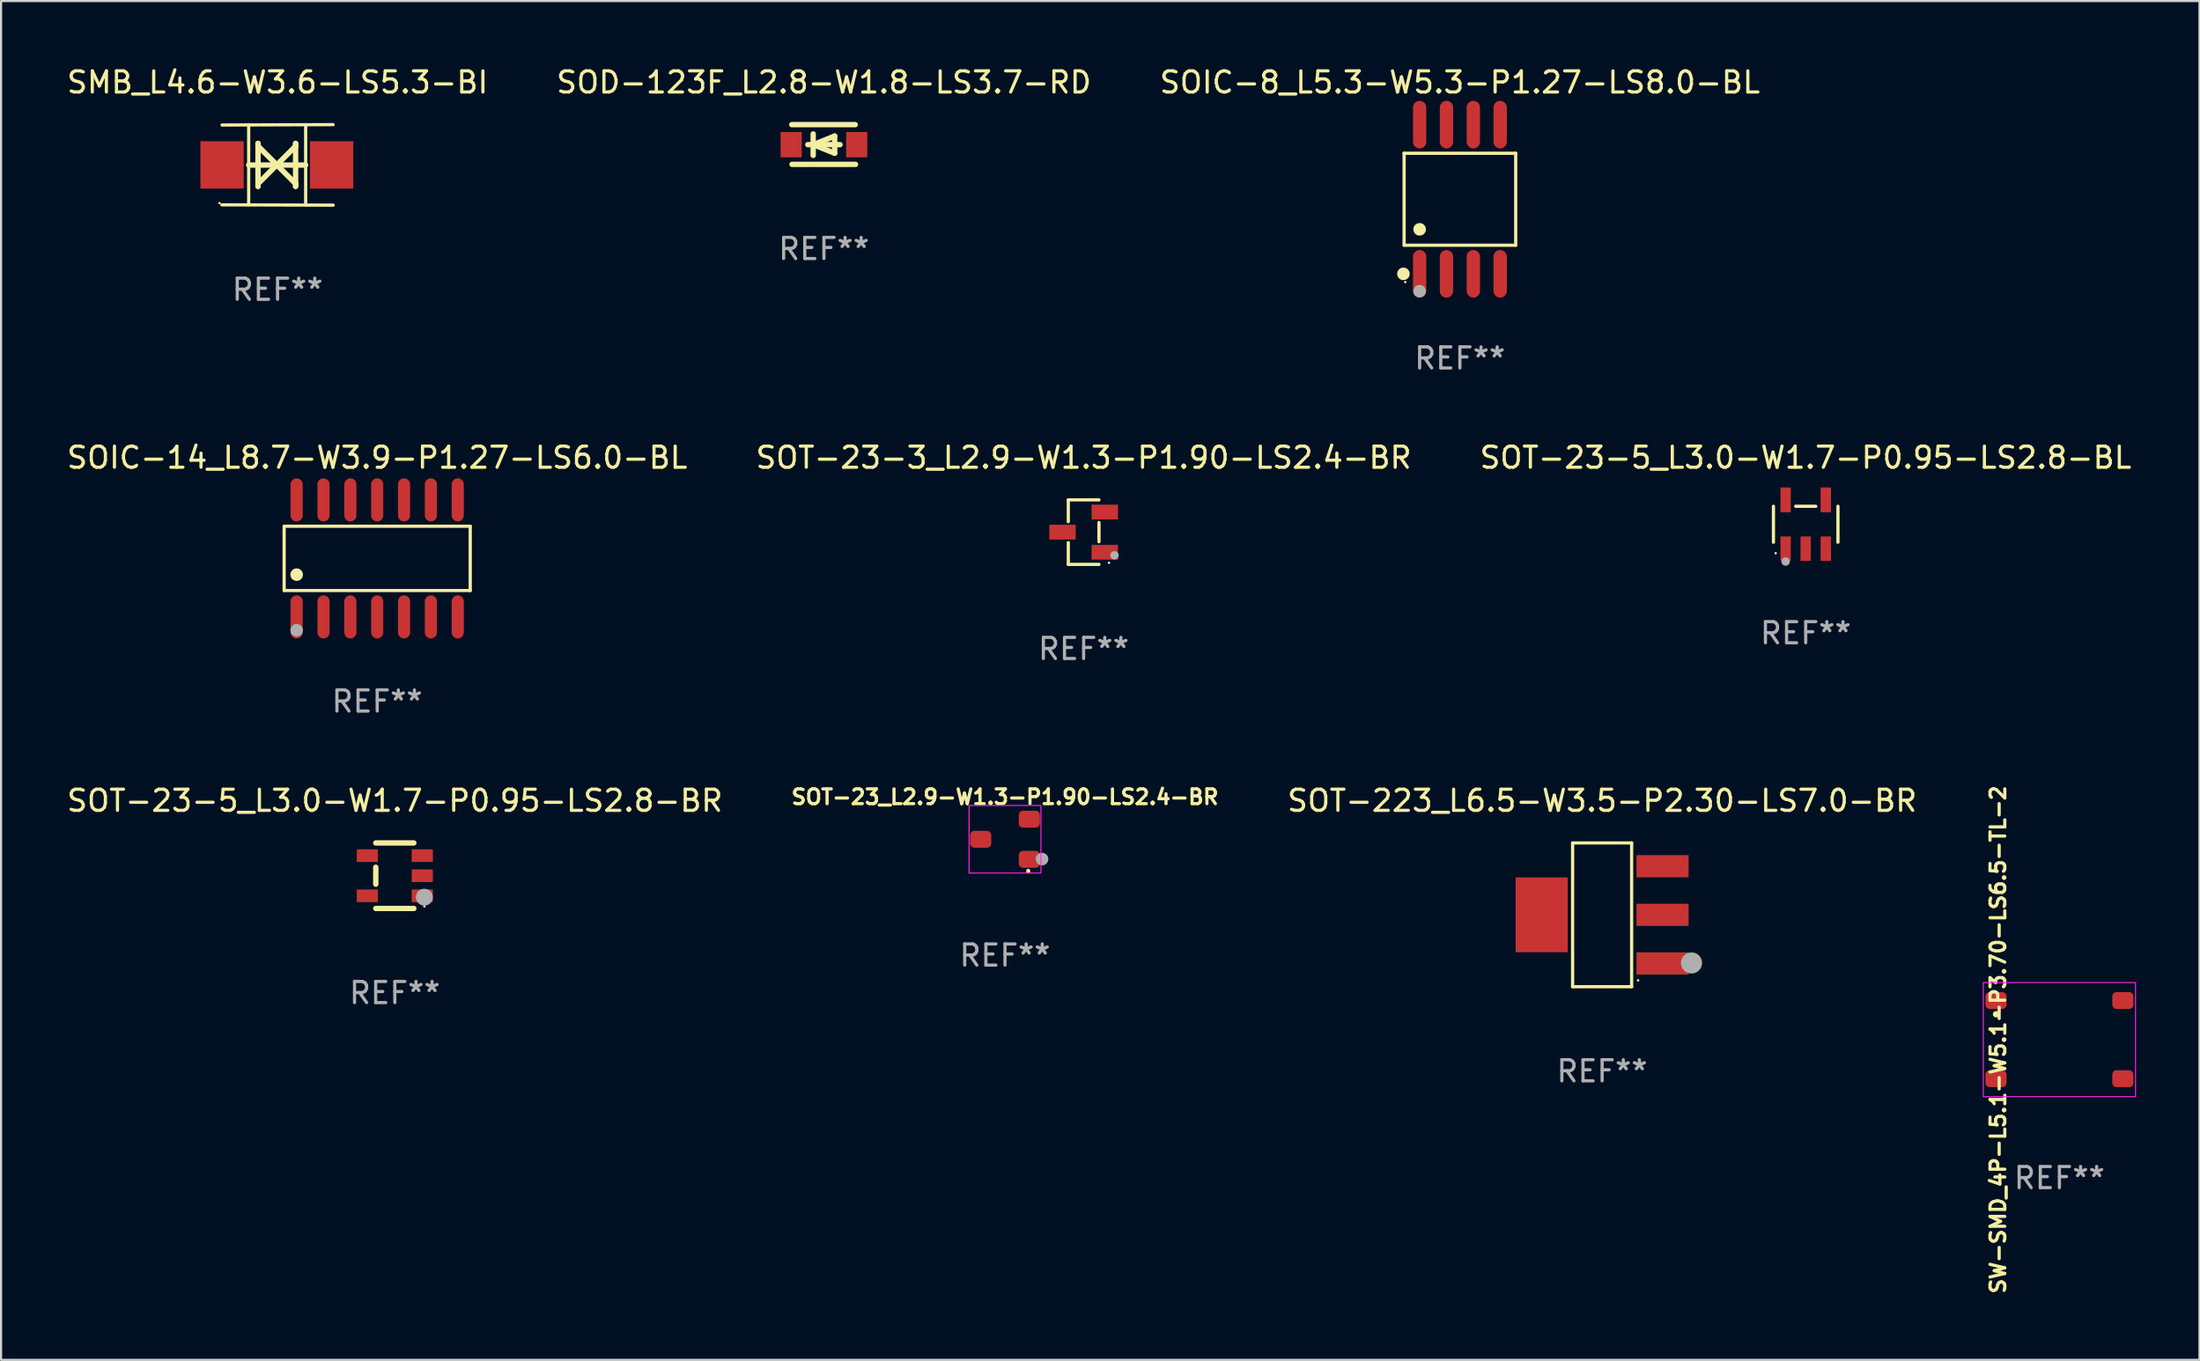
<source format=kicad_pcb>
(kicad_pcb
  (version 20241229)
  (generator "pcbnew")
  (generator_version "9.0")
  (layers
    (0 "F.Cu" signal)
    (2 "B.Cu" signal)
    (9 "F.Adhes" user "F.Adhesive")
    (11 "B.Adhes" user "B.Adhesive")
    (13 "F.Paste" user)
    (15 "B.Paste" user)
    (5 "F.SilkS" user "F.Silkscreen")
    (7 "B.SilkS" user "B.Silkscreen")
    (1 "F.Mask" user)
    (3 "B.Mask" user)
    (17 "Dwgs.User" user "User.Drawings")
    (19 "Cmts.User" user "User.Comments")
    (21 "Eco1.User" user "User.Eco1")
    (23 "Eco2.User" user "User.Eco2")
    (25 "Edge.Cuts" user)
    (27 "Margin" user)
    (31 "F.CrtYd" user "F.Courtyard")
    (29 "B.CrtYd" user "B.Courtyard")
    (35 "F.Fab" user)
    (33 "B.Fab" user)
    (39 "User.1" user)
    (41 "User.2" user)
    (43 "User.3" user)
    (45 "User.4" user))
  (footprint "SOT-223_L6.5-W3.5-P2.30-LS7.0-BR"
    (layer "F.Cu")
    (at 72.733 40.241)
    (property "Reference" "SOT-223_L6.5-W3.5-P2.30-LS7.0-BR" (at 0 -5.401 0) (layer "F.SilkS") (effects (font (size 1 1) (thickness 0.15))))
    (attr through_hole)
    (fp_line (start -1.396 -3.401) (end 1.396 -3.401) (stroke (width 0.152) (type solid)) (layer "F.SilkS"))
    (fp_line (start -1.396 3.401) (end -1.396 -3.401) (stroke (width 0.152) (type solid)) (layer "F.SilkS"))
    (fp_line (start 1.396 -3.401) (end 1.396 3.401) (stroke (width 0.152) (type solid)) (layer "F.SilkS"))
    (fp_line (start 1.396 3.401) (end -1.396 3.401) (stroke (width 0.152) (type solid)) (layer "F.SilkS"))
    (fp_circle (center 1.7 3.1) (end 1.73 3.1) (stroke (width 0.06) (type solid)) (fill no) (layer "F.SilkS"))
    (fp_circle (center 4.229 2.277) (end 4.479 2.277) (stroke (width 0.5) (type solid)) (fill no) (layer "F.Fab"))
    (fp_text user "REF**" (at 0 7.401 0) (layer "F.Fab") (effects (font (size 1 1) (thickness 0.15))))
    (pad "1" smd rect (at 2.858 2.3) (size 2.465 1.05) (layers "F.Cu" "F.Mask" "F.Paste"))
    (pad "2" smd rect (at 2.858 0) (size 2.465 1.05) (layers "F.Cu" "F.Mask" "F.Paste"))
    (pad "3" smd rect (at 2.858 -2.3) (size 2.465 1.05) (layers "F.Cu" "F.Mask" "F.Paste"))
    (pad "4" smd rect (at -2.858 0) (size 2.465 3.54) (layers "F.Cu" "F.Mask" "F.Paste")))
  (footprint "SOD-123F_L2.8-W1.8-LS3.7-RD"
    (layer "F.Cu")
    (at 35.923 3.795)
    (property "Reference" "SOD-123F_L2.8-W1.8-LS3.7-RD" (at 0 -2.947 0) (layer "F.SilkS") (effects (font (size 1 1) (thickness 0.15))))
    (attr through_hole)
    (fp_line (start -1.52 -0.947) (end 1.48 -0.947) (stroke (width 0.254) (type solid)) (layer "F.SilkS"))
    (fp_line (start -1.507 0.933) (end 1.493 0.933) (stroke (width 0.254) (type solid)) (layer "F.SilkS"))
    (fp_line (start -0.762 0) (end 0.762 0) (stroke (width 0.254) (type solid)) (layer "F.SilkS"))
    (fp_line (start -0.508 -0.508) (end -0.508 0.508) (stroke (width 0.254) (type solid)) (layer "F.SilkS"))
    (fp_line (start -0.508 0) (end 0.508 -0.406) (stroke (width 0.254) (type solid)) (layer "F.SilkS"))
    (fp_line (start 0.508 -0.406) (end 0.508 0.406) (stroke (width 0.254) (type solid)) (layer "F.SilkS"))
    (fp_line (start 0.508 0.406) (end -0.508 0) (stroke (width 0.254) (type solid)) (layer "F.SilkS"))
    (fp_text user "REF**" (at 0 4.933 0) (layer "F.Fab") (effects (font (size 1 1) (thickness 0.15))))
    (pad "1" smd rect (at -1.55 0) (size 1 1.2) (layers "F.Cu" "F.Mask" "F.Paste"))
    (pad "2" smd rect (at 1.55 0) (size 1 1.2) (layers "F.Cu" "F.Mask" "F.Paste")))
  (footprint "SOT-23-5_L3.0-W1.7-P0.95-LS2.8-BL"
    (layer "F.Cu")
    (at 82.363 21.759)
    (property "Reference" "SOT-23-5_L3.0-W1.7-P0.95-LS2.8-BL" (at 0 -3.154 0) (layer "F.SilkS") (effects (font (size 1 1) (thickness 0.15))))
    (attr through_hole)
    (fp_line (start -1.526 0.851) (end -1.526 -0.851) (stroke (width 0.152) (type solid)) (layer "F.SilkS"))
    (fp_line (start 0.476 -0.851) (end -0.476 -0.851) (stroke (width 0.152) (type solid)) (layer "F.SilkS"))
    (fp_line (start 1.526 0.851) (end 1.526 -0.851) (stroke (width 0.152) (type solid)) (layer "F.SilkS"))
    (fp_circle (center -1.42 1.37) (end -1.39 1.37) (stroke (width 0.06) (type solid)) (fill no) (layer "F.SilkS"))
    (fp_circle (center -0.95 1.763) (end -0.85 1.763) (stroke (width 0.2) (type solid)) (fill no) (layer "F.Fab"))
    (fp_text user "REF**" (at 0 5.154 0) (layer "F.Fab") (effects (font (size 1 1) (thickness 0.15))))
    (pad "1" smd rect (at -0.95 1.154) (size 0.49 1.157) (layers "F.Cu" "F.Mask" "F.Paste"))
    (pad "2" smd rect (at 0 1.154) (size 0.49 1.157) (layers "F.Cu" "F.Mask" "F.Paste"))
    (pad "3" smd rect (at 0.95 1.154) (size 0.49 1.157) (layers "F.Cu" "F.Mask" "F.Paste"))
    (pad "4" smd rect (at 0.95 -1.154) (size 0.49 1.175) (layers "F.Cu" "F.Mask" "F.Paste"))
    (pad "5" smd rect (at -0.95 -1.154) (size 0.49 1.175) (layers "F.Cu" "F.Mask" "F.Paste")))
  (footprint "SOT-23-3_L2.9-W1.3-P1.90-LS2.4-BR"
    (layer "F.Cu")
    (at 48.208 22.131)
    (property "Reference" "SOT-23-3_L2.9-W1.3-P1.90-LS2.4-BR" (at 0 -3.526 0) (layer "F.SilkS") (effects (font (size 1 1) (thickness 0.15))))
    (attr through_hole)
    (fp_line (start -0.726 -1.526) (end -0.726 -0.495) (stroke (width 0.152) (type solid)) (layer "F.SilkS"))
    (fp_line (start -0.726 1.526) (end -0.726 0.495) (stroke (width 0.152) (type solid)) (layer "F.SilkS"))
    (fp_line (start 0.726 -1.526) (end -0.726 -1.526) (stroke (width 0.152) (type solid)) (layer "F.SilkS"))
    (fp_line (start 0.726 -0.455) (end 0.726 0.455) (stroke (width 0.152) (type solid)) (layer "F.SilkS"))
    (fp_line (start 0.726 1.526) (end -0.726 1.526) (stroke (width 0.152) (type solid)) (layer "F.SilkS"))
    (fp_circle (center 1.2 1.45) (end 1.23 1.45) (stroke (width 0.06) (type solid)) (fill no) (layer "F.SilkS"))
    (fp_circle (center 1.46 1.1) (end 1.56 1.1) (stroke (width 0.2) (type solid)) (fill no) (layer "F.Fab"))
    (fp_text user "REF**" (at 0 5.526 0) (layer "F.Fab") (effects (font (size 1 1) (thickness 0.15))))
    (pad "1" smd rect (at 1 0.95) (size 1.25 0.7) (layers "F.Cu" "F.Mask" "F.Paste"))
    (pad "2" smd rect (at 1 -0.95) (size 1.25 0.7) (layers "F.Cu" "F.Mask" "F.Paste"))
    (pad "3" smd rect (at -1 0) (size 1.25 0.7) (layers "F.Cu" "F.Mask" "F.Paste")))
  (footprint "SOT-23-5_L3.0-W1.7-P0.95-LS2.8-BR"
    (layer "F.Cu")
    (at 15.625 38.39)
    (property "Reference" "SOT-23-5_L3.0-W1.7-P0.95-LS2.8-BR" (at 0 -3.55 0) (layer "F.SilkS") (effects (font (size 1 1) (thickness 0.15))))
    (attr through_hole)
    (fp_line (start -0.9 -1.55) (end 0.9 -1.55) (stroke (width 0.254) (type solid)) (layer "F.SilkS"))
    (fp_line (start -0.9 0.4) (end -0.9 -0.4) (stroke (width 0.254) (type solid)) (layer "F.SilkS"))
    (fp_line (start -0.9 1.55) (end 0.9 1.55) (stroke (width 0.254) (type solid)) (layer "F.SilkS"))
    (fp_circle (center 1.4 1.45) (end 1.43 1.45) (stroke (width 0.06) (type solid)) (fill no) (layer "F.SilkS"))
    (fp_circle (center 1.397 1.016) (end 1.597 1.016) (stroke (width 0.4) (type solid)) (fill no) (layer "F.Fab"))
    (fp_text user "REF**" (at 0 5.55 0) (layer "F.Fab") (effects (font (size 1 1) (thickness 0.15))))
    (pad "1" smd rect (at 1.3 0.95) (size 1 0.6) (layers "F.Cu" "F.Mask" "F.Paste"))
    (pad "2" smd rect (at 1.3 0) (size 1 0.6) (layers "F.Cu" "F.Mask" "F.Paste"))
    (pad "3" smd rect (at 1.3 -0.95) (size 1 0.6) (layers "F.Cu" "F.Mask" "F.Paste"))
    (pad "4" smd rect (at -1.3 -0.95) (size 1 0.6) (layers "F.Cu" "F.Mask" "F.Paste"))
    (pad "5" smd rect (at -1.3 0.95) (size 1 0.6) (layers "F.Cu" "F.Mask" "F.Paste")))
  (footprint "SMB_L4.6-W3.6-LS5.3-BI"
    (layer "F.Cu")
    (at 10.044 4.753)
    (property "Reference" "SMB_L4.6-W3.6-LS5.3-BI" (at 0.034 -3.905 0) (layer "F.SilkS") (effects (font (size 1 1) (thickness 0.15))))
    (attr through_hole)
    (fp_line (start -1.331 1.886) (end -1.331 -1.886) (stroke (width 0.152) (type solid)) (layer "F.SilkS"))
    (fp_line (start -1.331 0.008) (end 1.364 0.008) (stroke (width 0.254) (type solid)) (layer "F.SilkS"))
    (fp_line (start -0.889 -1.016) (end -0.889 1.016) (stroke (width 0.254) (type solid)) (layer "F.SilkS"))
    (fp_line (start -0.889 -0.889) (end -0.889 -1.016) (stroke (width 0.254) (type solid)) (layer "F.SilkS"))
    (fp_line (start -0.889 0.889) (end 0 0) (stroke (width 0.254) (type solid)) (layer "F.SilkS"))
    (fp_line (start -0.889 1.016) (end -0.889 0.889) (stroke (width 0.254) (type solid)) (layer "F.SilkS"))
    (fp_line (start 0 0) (end -0.889 -0.889) (stroke (width 0.254) (type solid)) (layer "F.SilkS"))
    (fp_line (start 0 0) (end 0.889 0.889) (stroke (width 0.254) (type solid)) (layer "F.SilkS"))
    (fp_line (start 0.889 -1.016) (end 0.889 -0.889) (stroke (width 0.254) (type solid)) (layer "F.SilkS"))
    (fp_line (start 0.889 -0.889) (end 0 0) (stroke (width 0.254) (type solid)) (layer "F.SilkS"))
    (fp_line (start 0.889 0.889) (end 0.889 1.016) (stroke (width 0.254) (type solid)) (layer "F.SilkS"))
    (fp_line (start 0.889 1.016) (end 0.889 -1.016) (stroke (width 0.254) (type solid)) (layer "F.SilkS"))
    (fp_line (start 1.364 1.886) (end 1.364 -1.886) (stroke (width 0.152) (type solid)) (layer "F.SilkS"))
    (fp_line (start 2.663 -1.905) (end -2.591 -1.887) (stroke (width 0.152) (type solid)) (layer "F.SilkS"))
    (fp_line (start 2.667 1.905) (end -2.599 1.89) (stroke (width 0.152) (type solid)) (layer "F.SilkS"))
    (fp_circle (center -2.708 1.81) (end -2.678 1.81) (stroke (width 0.06) (type solid)) (fill no) (layer "F.SilkS"))
    (fp_text user "REF**" (at 0.034 5.905 0) (layer "F.Fab") (effects (font (size 1 1) (thickness 0.15))))
    (pad "1" smd rect (at -2.591 0) (size 2.047 2.241) (layers "F.Cu" "F.Mask" "F.Paste"))
    (pad "2" smd rect (at 2.591 0) (size 2.047 2.241) (layers "F.Cu" "F.Mask" "F.Paste")))
  (footprint "SOT-23_L2.9-W1.3-P1.90-LS2.4-BR"
    (layer "F.Cu")
    (at 44.488 36.664)
    (property "Reference" "SOT-23_L2.9-W1.3-P1.90-LS2.4-BR" (at 0 -2 0) (layer "F.SilkS") (effects (font (size 0.7 0.7) (thickness 0.15))))
    (attr through_hole)
    (fp_circle (center 1.1 1.5) (end 1.2 1.5) (stroke (width 0) (type solid)) (fill yes) (layer "F.SilkS"))
    (fp_rect (start -1.7 -1.6) (end 1.7 1.6) (stroke (width 0.05) (type default)) (fill no) (layer "F.CrtYd"))
    (fp_circle (center 1.753 0.94) (end 1.903 0.94) (stroke (width 0.3) (type solid)) (fill no) (layer "F.Fab"))
    (fp_text user "REF**" (at 0 5.5 0) (layer "F.Fab") (effects (font (size 1 1) (thickness 0.15))))
    (pad "1" smd roundrect (at 1.15 0.95 180) (size 1 0.8) (layers "F.Cu" "F.Mask" "F.Paste") (roundrect_rratio 0.25))
    (pad "2" smd roundrect (at 1.15 -0.95 180) (size 1 0.8) (layers "F.Cu" "F.Mask" "F.Paste") (roundrect_rratio 0.25))
    (pad "3" smd roundrect (at -1.15 -0.000051 180) (size 1 0.8) (layers "F.Cu" "F.Mask" "F.Paste") (roundrect_rratio 0.25)))
  (footprint "SOIC-14_L8.7-W3.9-P1.27-LS6.0-BL"
    (layer "F.Cu")
    (at 14.792 23.374)
    (property "Reference" "SOIC-14_L8.7-W3.9-P1.27-LS6.0-BL" (at 0 -4.769 0) (layer "F.SilkS") (effects (font (size 1 1) (thickness 0.15))))
    (attr through_hole)
    (fp_line (start -4.401 -1.521) (end 4.401 -1.521) (stroke (width 0.152) (type solid)) (layer "F.SilkS"))
    (fp_line (start -4.401 1.521) (end -4.401 -1.521) (stroke (width 0.152) (type solid)) (layer "F.SilkS"))
    (fp_line (start 4.401 -1.521) (end 4.401 1.521) (stroke (width 0.152) (type solid)) (layer "F.SilkS"))
    (fp_line (start 4.401 1.521) (end -4.401 1.521) (stroke (width 0.152) (type solid)) (layer "F.SilkS"))
    (fp_circle (center -3.81 0.769) (end -3.66 0.769) (stroke (width 0.3) (type solid)) (fill no) (layer "F.SilkS"))
    (fp_circle (center -3.81 3.4) (end -3.66 3.4) (stroke (width 0.3) (type solid)) (fill no) (layer "F.Fab"))
    (fp_text user "REF**" (at 0 6.769 0) (layer "F.Fab") (effects (font (size 1 1) (thickness 0.15))))
    (pad "1" smd oval (at -3.81 2.769) (size 0.574 2.038) (layers "F.Cu" "F.Mask" "F.Paste"))
    (pad "2" smd oval (at -2.54 2.769) (size 0.574 2.038) (layers "F.Cu" "F.Mask" "F.Paste"))
    (pad "3" smd oval (at -1.27 2.769) (size 0.574 2.038) (layers "F.Cu" "F.Mask" "F.Paste"))
    (pad "4" smd oval (at 0 2.769) (size 0.574 2.038) (layers "F.Cu" "F.Mask" "F.Paste"))
    (pad "5" smd oval (at 1.27 2.769) (size 0.574 2.038) (layers "F.Cu" "F.Mask" "F.Paste"))
    (pad "6" smd oval (at 2.54 2.769) (size 0.574 2.038) (layers "F.Cu" "F.Mask" "F.Paste"))
    (pad "7" smd oval (at 3.81 2.769) (size 0.574 2.038) (layers "F.Cu" "F.Mask" "F.Paste"))
    (pad "8" smd oval (at 3.81 -2.769) (size 0.574 2.038) (layers "F.Cu" "F.Mask" "F.Paste"))
    (pad "9" smd oval (at 2.54 -2.769) (size 0.574 2.038) (layers "F.Cu" "F.Mask" "F.Paste"))
    (pad "10" smd oval (at 1.27 -2.769) (size 0.574 2.038) (layers "F.Cu" "F.Mask" "F.Paste"))
    (pad "11" smd oval (at 0 -2.769) (size 0.574 2.038) (layers "F.Cu" "F.Mask" "F.Paste"))
    (pad "12" smd oval (at -1.27 -2.769) (size 0.574 2.038) (layers "F.Cu" "F.Mask" "F.Paste"))
    (pad "13" smd oval (at -2.54 -2.769) (size 0.574 2.038) (layers "F.Cu" "F.Mask" "F.Paste"))
    (pad "14" smd oval (at -3.81 -2.769) (size 0.574 2.038) (layers "F.Cu" "F.Mask" "F.Paste")))
  (footprint "SOIC-8_L5.3-W5.3-P1.27-LS8.0-BL"
    (layer "F.Cu")
    (at 66.006 6.378)
    (property "Reference" "SOIC-8_L5.3-W5.3-P1.27-LS8.0-BL" (at 0 -5.53 0) (layer "F.SilkS") (effects (font (size 1 1) (thickness 0.15))))
    (attr through_hole)
    (fp_line (start -2.639 -2.176) (end 2.639 -2.176) (stroke (width 0.152) (type solid)) (layer "F.SilkS"))
    (fp_line (start -2.639 2.176) (end -2.639 -2.176) (stroke (width 0.152) (type solid)) (layer "F.SilkS"))
    (fp_line (start 2.639 -2.176) (end 2.639 2.176) (stroke (width 0.152) (type solid)) (layer "F.SilkS"))
    (fp_line (start 2.639 2.176) (end -2.639 2.176) (stroke (width 0.152) (type solid)) (layer "F.SilkS"))
    (fp_circle (center -2.672 3.53) (end -2.522 3.53) (stroke (width 0.3) (type solid)) (fill no) (layer "F.SilkS"))
    (fp_circle (center -2.585 3.92) (end -2.555 3.92) (stroke (width 0.06) (type solid)) (fill no) (layer "F.SilkS"))
    (fp_circle (center -1.905 1.424) (end -1.755 1.424) (stroke (width 0.3) (type solid)) (fill no) (layer "F.SilkS"))
    (fp_circle (center -1.905 4.35) (end -1.755 4.35) (stroke (width 0.3) (type solid)) (fill no) (layer "F.Fab"))
    (fp_text user "REF**" (at 0 7.53 0) (layer "F.Fab") (effects (font (size 1 1) (thickness 0.15))))
    (pad "1" smd oval (at -1.905 3.53) (size 0.63 2.25) (layers "F.Cu" "F.Mask" "F.Paste"))
    (pad "2" smd oval (at -0.635 3.53) (size 0.63 2.25) (layers "F.Cu" "F.Mask" "F.Paste"))
    (pad "3" smd oval (at 0.635 3.53) (size 0.63 2.25) (layers "F.Cu" "F.Mask" "F.Paste"))
    (pad "4" smd oval (at 1.905 3.53) (size 0.63 2.25) (layers "F.Cu" "F.Mask" "F.Paste"))
    (pad "5" smd oval (at 1.905 -3.53) (size 0.63 2.25) (layers "F.Cu" "F.Mask" "F.Paste"))
    (pad "6" smd oval (at 0.635 -3.53) (size 0.63 2.25) (layers "F.Cu" "F.Mask" "F.Paste"))
    (pad "7" smd oval (at -0.635 -3.53) (size 0.63 2.25) (layers "F.Cu" "F.Mask" "F.Paste"))
    (pad "8" smd oval (at -1.905 -3.53) (size 0.63 2.25) (layers "F.Cu" "F.Mask" "F.Paste")))
  (footprint "SW-SMD_4P-L5.1-W5.1-P3.70-LS6.5-TL-2"
    (layer "F.Cu")
    (at 94.364 46.146)
    (property "Reference" "SW-SMD_4P-L5.1-W5.1-P3.70-LS6.5-TL-2" (at -2.9 0 90) (layer "F.SilkS") (effects (font (size 0.7 0.7) (thickness 0.15))))
    (attr through_hole)
    (fp_circle (center -3 -1.2) (end -2.85 -1.2) (stroke (width 0) (type solid)) (fill yes) (layer "F.SilkS"))
    (fp_rect (start -3.6 -2.7) (end 3.6 2.7) (stroke (width 0.05) (type default)) (fill no) (layer "F.CrtYd"))
    (fp_text user "REF**" (at 0 6.55 0) (layer "F.Fab") (effects (font (size 1 1) (thickness 0.15))))
    (pad "1" smd roundrect (at -3 -1.85) (size 1 0.8) (layers "F.Cu" "F.Mask" "F.Paste") (roundrect_rratio 0.25))
    (pad "2" smd roundrect (at 3 -1.85) (size 1 0.8) (layers "F.Cu" "F.Mask" "F.Paste") (roundrect_rratio 0.25))
    (pad "3" smd roundrect (at -3 1.85) (size 1 0.8) (layers "F.Cu" "F.Mask" "F.Paste") (roundrect_rratio 0.25))
    (pad "4" smd roundrect (at 3 1.85) (size 1 0.8) (layers "F.Cu" "F.Mask" "F.Paste") (roundrect_rratio 0.25)))
  (gr_rect
    (start -3 -3)
    (end 100.989 61.301)
    (stroke (width 0.1) (type default))
    (fill no)
    (layer "Edge.Cuts")))
</source>
